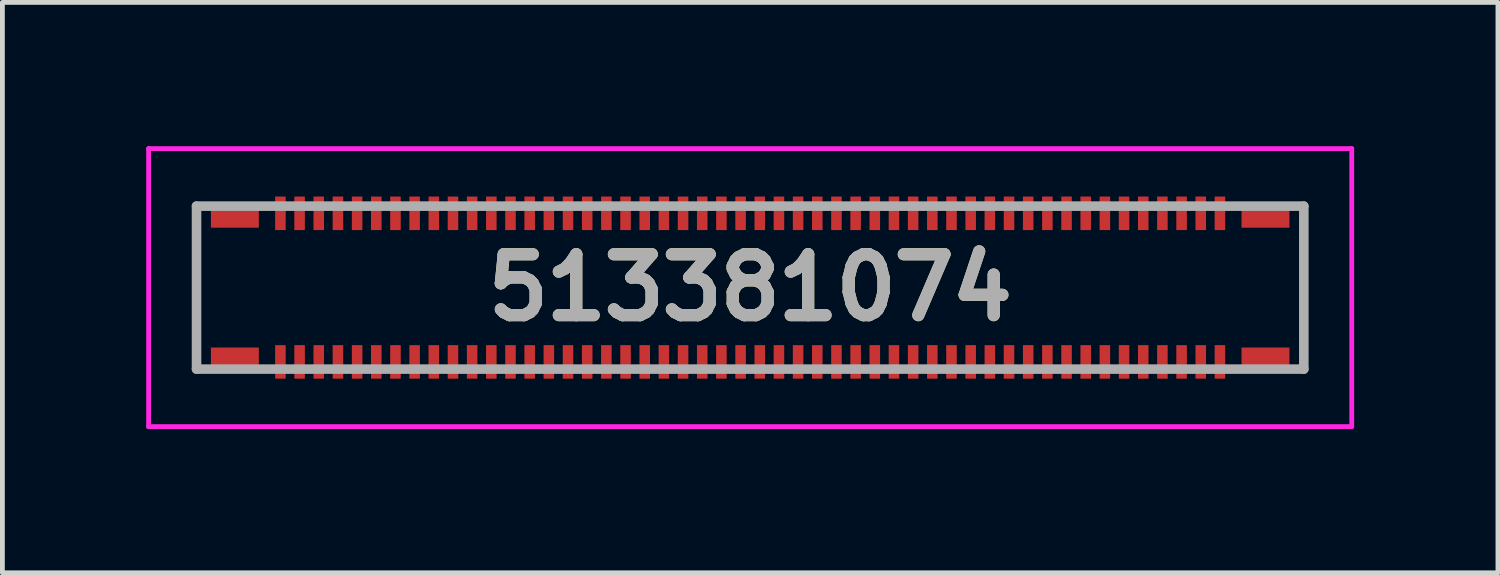
<source format=kicad_pcb>
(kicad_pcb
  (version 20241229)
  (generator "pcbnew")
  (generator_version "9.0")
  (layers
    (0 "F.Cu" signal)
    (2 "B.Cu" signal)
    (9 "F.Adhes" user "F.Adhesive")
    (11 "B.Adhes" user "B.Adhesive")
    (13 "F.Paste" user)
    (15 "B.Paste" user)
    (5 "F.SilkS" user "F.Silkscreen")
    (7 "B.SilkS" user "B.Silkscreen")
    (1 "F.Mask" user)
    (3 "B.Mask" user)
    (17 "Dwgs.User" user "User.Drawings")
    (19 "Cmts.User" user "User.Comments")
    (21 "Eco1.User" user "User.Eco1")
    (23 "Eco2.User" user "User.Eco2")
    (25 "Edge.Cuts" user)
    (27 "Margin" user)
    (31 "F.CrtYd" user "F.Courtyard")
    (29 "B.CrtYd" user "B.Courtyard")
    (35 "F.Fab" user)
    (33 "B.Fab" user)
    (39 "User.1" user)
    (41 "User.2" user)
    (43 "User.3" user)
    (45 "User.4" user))
  (footprint "513381074"
    (layer "F.Cu")
    (at 12.6 2.95)
    (property "Reference" "513381074" (at 0 0 0) (layer "F.SilkS") (effects (font (size 1.27 1.27) (thickness 0.254))))
    (attr smd)
    (fp_line (start -11.55 -1.7) (end -11.55 1.7) (stroke (width 0.1) (type solid)) (layer "F.SilkS"))
    (fp_line (start 11.55 -1.7) (end 11.55 1.7) (stroke (width 0.1) (type solid)) (layer "F.SilkS"))
    (fp_line (start -12.55 -2.9) (end 12.55 -2.9) (stroke (width 0.1) (type solid)) (layer "F.CrtYd"))
    (fp_line (start -12.55 2.9) (end -12.55 -2.9) (stroke (width 0.1) (type solid)) (layer "F.CrtYd"))
    (fp_line (start 12.55 -2.9) (end 12.55 2.9) (stroke (width 0.1) (type solid)) (layer "F.CrtYd"))
    (fp_line (start 12.55 2.9) (end -12.55 2.9) (stroke (width 0.1) (type solid)) (layer "F.CrtYd"))
    (fp_line (start -11.55 -1.7) (end 11.55 -1.7) (stroke (width 0.2) (type solid)) (layer "F.Fab"))
    (fp_line (start -11.55 1.7) (end -11.55 -1.7) (stroke (width 0.2) (type solid)) (layer "F.Fab"))
    (fp_line (start 11.55 -1.7) (end 11.55 1.7) (stroke (width 0.2) (type solid)) (layer "F.Fab"))
    (fp_line (start 11.55 1.7) (end -11.55 1.7) (stroke (width 0.2) (type solid)) (layer "F.Fab"))
    (fp_text user "${REFERENCE}" (at 0 0 0) (layer "F.Fab") (effects (font (size 1.27 1.27) (thickness 0.254))))
    (pad "1" smd rect (at -9.8 1.55) (size 0.22 0.7) (layers "F.Cu" "F.Mask" "F.Paste"))
    (pad "2" smd rect (at -9.8 -1.55) (size 0.22 0.7) (layers "F.Cu" "F.Mask" "F.Paste"))
    (pad "3" smd rect (at -9.4 1.55) (size 0.22 0.7) (layers "F.Cu" "F.Mask" "F.Paste"))
    (pad "4" smd rect (at -9.4 -1.55) (size 0.22 0.7) (layers "F.Cu" "F.Mask" "F.Paste"))
    (pad "5" smd rect (at -9 1.55) (size 0.22 0.7) (layers "F.Cu" "F.Mask" "F.Paste"))
    (pad "6" smd rect (at -9 -1.55) (size 0.22 0.7) (layers "F.Cu" "F.Mask" "F.Paste"))
    (pad "7" smd rect (at -8.6 1.55) (size 0.22 0.7) (layers "F.Cu" "F.Mask" "F.Paste"))
    (pad "8" smd rect (at -8.6 -1.55) (size 0.22 0.7) (layers "F.Cu" "F.Mask" "F.Paste"))
    (pad "9" smd rect (at -8.2 1.55) (size 0.22 0.7) (layers "F.Cu" "F.Mask" "F.Paste"))
    (pad "10" smd rect (at -8.2 -1.55) (size 0.22 0.7) (layers "F.Cu" "F.Mask" "F.Paste"))
    (pad "11" smd rect (at -7.8 1.55) (size 0.22 0.7) (layers "F.Cu" "F.Mask" "F.Paste"))
    (pad "12" smd rect (at -7.8 -1.55) (size 0.22 0.7) (layers "F.Cu" "F.Mask" "F.Paste"))
    (pad "13" smd rect (at -7.4 1.55) (size 0.22 0.7) (layers "F.Cu" "F.Mask" "F.Paste"))
    (pad "14" smd rect (at -7.4 -1.55) (size 0.22 0.7) (layers "F.Cu" "F.Mask" "F.Paste"))
    (pad "15" smd rect (at -7 1.55) (size 0.22 0.7) (layers "F.Cu" "F.Mask" "F.Paste"))
    (pad "16" smd rect (at -7 -1.55) (size 0.22 0.7) (layers "F.Cu" "F.Mask" "F.Paste"))
    (pad "17" smd rect (at -6.6 1.55) (size 0.22 0.7) (layers "F.Cu" "F.Mask" "F.Paste"))
    (pad "18" smd rect (at -6.6 -1.55) (size 0.22 0.7) (layers "F.Cu" "F.Mask" "F.Paste"))
    (pad "19" smd rect (at -6.2 1.55) (size 0.22 0.7) (layers "F.Cu" "F.Mask" "F.Paste"))
    (pad "20" smd rect (at -6.2 -1.55) (size 0.22 0.7) (layers "F.Cu" "F.Mask" "F.Paste"))
    (pad "21" smd rect (at -5.8 1.55) (size 0.22 0.7) (layers "F.Cu" "F.Mask" "F.Paste"))
    (pad "22" smd rect (at -5.8 -1.55) (size 0.22 0.7) (layers "F.Cu" "F.Mask" "F.Paste"))
    (pad "23" smd rect (at -5.4 1.55) (size 0.22 0.7) (layers "F.Cu" "F.Mask" "F.Paste"))
    (pad "24" smd rect (at -5.4 -1.55) (size 0.22 0.7) (layers "F.Cu" "F.Mask" "F.Paste"))
    (pad "25" smd rect (at -5 1.55) (size 0.22 0.7) (layers "F.Cu" "F.Mask" "F.Paste"))
    (pad "26" smd rect (at -5 -1.55) (size 0.22 0.7) (layers "F.Cu" "F.Mask" "F.Paste"))
    (pad "27" smd rect (at -4.6 1.55) (size 0.22 0.7) (layers "F.Cu" "F.Mask" "F.Paste"))
    (pad "28" smd rect (at -4.6 -1.55) (size 0.22 0.7) (layers "F.Cu" "F.Mask" "F.Paste"))
    (pad "29" smd rect (at -4.2 1.55) (size 0.22 0.7) (layers "F.Cu" "F.Mask" "F.Paste"))
    (pad "30" smd rect (at -4.2 -1.55) (size 0.22 0.7) (layers "F.Cu" "F.Mask" "F.Paste"))
    (pad "31" smd rect (at -3.8 1.55) (size 0.22 0.7) (layers "F.Cu" "F.Mask" "F.Paste"))
    (pad "32" smd rect (at -3.8 -1.55) (size 0.22 0.7) (layers "F.Cu" "F.Mask" "F.Paste"))
    (pad "33" smd rect (at -3.4 1.55) (size 0.22 0.7) (layers "F.Cu" "F.Mask" "F.Paste"))
    (pad "34" smd rect (at -3.4 -1.55) (size 0.22 0.7) (layers "F.Cu" "F.Mask" "F.Paste"))
    (pad "35" smd rect (at -3 1.55) (size 0.22 0.7) (layers "F.Cu" "F.Mask" "F.Paste"))
    (pad "36" smd rect (at -3 -1.55) (size 0.22 0.7) (layers "F.Cu" "F.Mask" "F.Paste"))
    (pad "37" smd rect (at -2.6 1.55) (size 0.22 0.7) (layers "F.Cu" "F.Mask" "F.Paste"))
    (pad "38" smd rect (at -2.6 -1.55) (size 0.22 0.7) (layers "F.Cu" "F.Mask" "F.Paste"))
    (pad "39" smd rect (at -2.2 1.55) (size 0.22 0.7) (layers "F.Cu" "F.Mask" "F.Paste"))
    (pad "40" smd rect (at -2.2 -1.55) (size 0.22 0.7) (layers "F.Cu" "F.Mask" "F.Paste"))
    (pad "41" smd rect (at -1.8 1.55) (size 0.22 0.7) (layers "F.Cu" "F.Mask" "F.Paste"))
    (pad "42" smd rect (at -1.8 -1.55) (size 0.22 0.7) (layers "F.Cu" "F.Mask" "F.Paste"))
    (pad "43" smd rect (at -1.4 1.55) (size 0.22 0.7) (layers "F.Cu" "F.Mask" "F.Paste"))
    (pad "44" smd rect (at -1.4 -1.55) (size 0.22 0.7) (layers "F.Cu" "F.Mask" "F.Paste"))
    (pad "45" smd rect (at -1 1.55) (size 0.22 0.7) (layers "F.Cu" "F.Mask" "F.Paste"))
    (pad "46" smd rect (at -1 -1.55) (size 0.22 0.7) (layers "F.Cu" "F.Mask" "F.Paste"))
    (pad "47" smd rect (at -0.6 1.55) (size 0.22 0.7) (layers "F.Cu" "F.Mask" "F.Paste"))
    (pad "48" smd rect (at -0.6 -1.55) (size 0.22 0.7) (layers "F.Cu" "F.Mask" "F.Paste"))
    (pad "49" smd rect (at -0.2 1.55) (size 0.22 0.7) (layers "F.Cu" "F.Mask" "F.Paste"))
    (pad "50" smd rect (at -0.2 -1.55) (size 0.22 0.7) (layers "F.Cu" "F.Mask" "F.Paste"))
    (pad "51" smd rect (at 0.2 1.55) (size 0.22 0.7) (layers "F.Cu" "F.Mask" "F.Paste"))
    (pad "52" smd rect (at 0.2 -1.55) (size 0.22 0.7) (layers "F.Cu" "F.Mask" "F.Paste"))
    (pad "53" smd rect (at 0.6 1.55) (size 0.22 0.7) (layers "F.Cu" "F.Mask" "F.Paste"))
    (pad "54" smd rect (at 0.6 -1.55) (size 0.22 0.7) (layers "F.Cu" "F.Mask" "F.Paste"))
    (pad "55" smd rect (at 1 1.55) (size 0.22 0.7) (layers "F.Cu" "F.Mask" "F.Paste"))
    (pad "56" smd rect (at 1 -1.55) (size 0.22 0.7) (layers "F.Cu" "F.Mask" "F.Paste"))
    (pad "57" smd rect (at 1.4 1.55) (size 0.22 0.7) (layers "F.Cu" "F.Mask" "F.Paste"))
    (pad "58" smd rect (at 1.4 -1.55) (size 0.22 0.7) (layers "F.Cu" "F.Mask" "F.Paste"))
    (pad "59" smd rect (at 1.8 1.55) (size 0.22 0.7) (layers "F.Cu" "F.Mask" "F.Paste"))
    (pad "60" smd rect (at 1.8 -1.55) (size 0.22 0.7) (layers "F.Cu" "F.Mask" "F.Paste"))
    (pad "61" smd rect (at 2.2 1.55) (size 0.22 0.7) (layers "F.Cu" "F.Mask" "F.Paste"))
    (pad "62" smd rect (at 2.2 -1.55) (size 0.22 0.7) (layers "F.Cu" "F.Mask" "F.Paste"))
    (pad "63" smd rect (at 2.6 1.55) (size 0.22 0.7) (layers "F.Cu" "F.Mask" "F.Paste"))
    (pad "64" smd rect (at 2.6 -1.55) (size 0.22 0.7) (layers "F.Cu" "F.Mask" "F.Paste"))
    (pad "65" smd rect (at 3 1.55) (size 0.22 0.7) (layers "F.Cu" "F.Mask" "F.Paste"))
    (pad "66" smd rect (at 3 -1.55) (size 0.22 0.7) (layers "F.Cu" "F.Mask" "F.Paste"))
    (pad "67" smd rect (at 3.4 1.55) (size 0.22 0.7) (layers "F.Cu" "F.Mask" "F.Paste"))
    (pad "68" smd rect (at 3.4 -1.55) (size 0.22 0.7) (layers "F.Cu" "F.Mask" "F.Paste"))
    (pad "69" smd rect (at 3.8 1.55) (size 0.22 0.7) (layers "F.Cu" "F.Mask" "F.Paste"))
    (pad "70" smd rect (at 3.8 -1.55) (size 0.22 0.7) (layers "F.Cu" "F.Mask" "F.Paste"))
    (pad "71" smd rect (at 4.2 1.55) (size 0.22 0.7) (layers "F.Cu" "F.Mask" "F.Paste"))
    (pad "72" smd rect (at 4.2 -1.55) (size 0.22 0.7) (layers "F.Cu" "F.Mask" "F.Paste"))
    (pad "73" smd rect (at 4.6 1.55) (size 0.22 0.7) (layers "F.Cu" "F.Mask" "F.Paste"))
    (pad "74" smd rect (at 4.6 -1.55) (size 0.22 0.7) (layers "F.Cu" "F.Mask" "F.Paste"))
    (pad "75" smd rect (at 5 1.55) (size 0.22 0.7) (layers "F.Cu" "F.Mask" "F.Paste"))
    (pad "76" smd rect (at 5 -1.55) (size 0.22 0.7) (layers "F.Cu" "F.Mask" "F.Paste"))
    (pad "77" smd rect (at 5.4 1.55) (size 0.22 0.7) (layers "F.Cu" "F.Mask" "F.Paste"))
    (pad "78" smd rect (at 5.4 -1.55) (size 0.22 0.7) (layers "F.Cu" "F.Mask" "F.Paste"))
    (pad "79" smd rect (at 5.8 1.55) (size 0.22 0.7) (layers "F.Cu" "F.Mask" "F.Paste"))
    (pad "80" smd rect (at 5.8 -1.55) (size 0.22 0.7) (layers "F.Cu" "F.Mask" "F.Paste"))
    (pad "81" smd rect (at 6.2 1.55) (size 0.22 0.7) (layers "F.Cu" "F.Mask" "F.Paste"))
    (pad "82" smd rect (at 6.2 -1.55) (size 0.22 0.7) (layers "F.Cu" "F.Mask" "F.Paste"))
    (pad "83" smd rect (at 6.6 1.55) (size 0.22 0.7) (layers "F.Cu" "F.Mask" "F.Paste"))
    (pad "84" smd rect (at 6.6 -1.55) (size 0.22 0.7) (layers "F.Cu" "F.Mask" "F.Paste"))
    (pad "85" smd rect (at 7 1.55) (size 0.22 0.7) (layers "F.Cu" "F.Mask" "F.Paste"))
    (pad "86" smd rect (at 7 -1.55) (size 0.22 0.7) (layers "F.Cu" "F.Mask" "F.Paste"))
    (pad "87" smd rect (at 7.4 1.55) (size 0.22 0.7) (layers "F.Cu" "F.Mask" "F.Paste"))
    (pad "88" smd rect (at 7.4 -1.55) (size 0.22 0.7) (layers "F.Cu" "F.Mask" "F.Paste"))
    (pad "89" smd rect (at 7.8 1.55) (size 0.22 0.7) (layers "F.Cu" "F.Mask" "F.Paste"))
    (pad "90" smd rect (at 7.8 -1.55) (size 0.22 0.7) (layers "F.Cu" "F.Mask" "F.Paste"))
    (pad "91" smd rect (at 8.2 1.55) (size 0.22 0.7) (layers "F.Cu" "F.Mask" "F.Paste"))
    (pad "92" smd rect (at 8.2 -1.55) (size 0.22 0.7) (layers "F.Cu" "F.Mask" "F.Paste"))
    (pad "93" smd rect (at 8.6 1.55) (size 0.22 0.7) (layers "F.Cu" "F.Mask" "F.Paste"))
    (pad "94" smd rect (at 8.6 -1.55) (size 0.22 0.7) (layers "F.Cu" "F.Mask" "F.Paste"))
    (pad "95" smd rect (at 9 1.55) (size 0.22 0.7) (layers "F.Cu" "F.Mask" "F.Paste"))
    (pad "96" smd rect (at 9 -1.55) (size 0.22 0.7) (layers "F.Cu" "F.Mask" "F.Paste"))
    (pad "97" smd rect (at 9.4 1.55) (size 0.22 0.7) (layers "F.Cu" "F.Mask" "F.Paste"))
    (pad "98" smd rect (at 9.4 -1.55) (size 0.22 0.7) (layers "F.Cu" "F.Mask" "F.Paste"))
    (pad "99" smd rect (at 9.8 1.55) (size 0.22 0.7) (layers "F.Cu" "F.Mask" "F.Paste"))
    (pad "100" smd rect (at 9.8 -1.55) (size 0.22 0.7) (layers "F.Cu" "F.Mask" "F.Paste"))
    (pad "MP1" smd rect (at -10.75 -1.5 90) (size 0.5 1) (layers "F.Cu" "F.Mask" "F.Paste"))
    (pad "MP2" smd rect (at -10.75 1.5 90) (size 0.5 1) (layers "F.Cu" "F.Mask" "F.Paste"))
    (pad "MP3" smd rect (at 10.75 1.5 90) (size 0.5 1) (layers "F.Cu" "F.Mask" "F.Paste"))
    (pad "MP4" smd rect (at 10.75 -1.5 90) (size 0.5 1) (layers "F.Cu" "F.Mask" "F.Paste")))
  (gr_rect
    (start -3 -3)
    (end 28.2 8.9)
    (stroke (width 0.1) (type default))
    (fill no)
    (layer "Edge.Cuts")))
</source>
